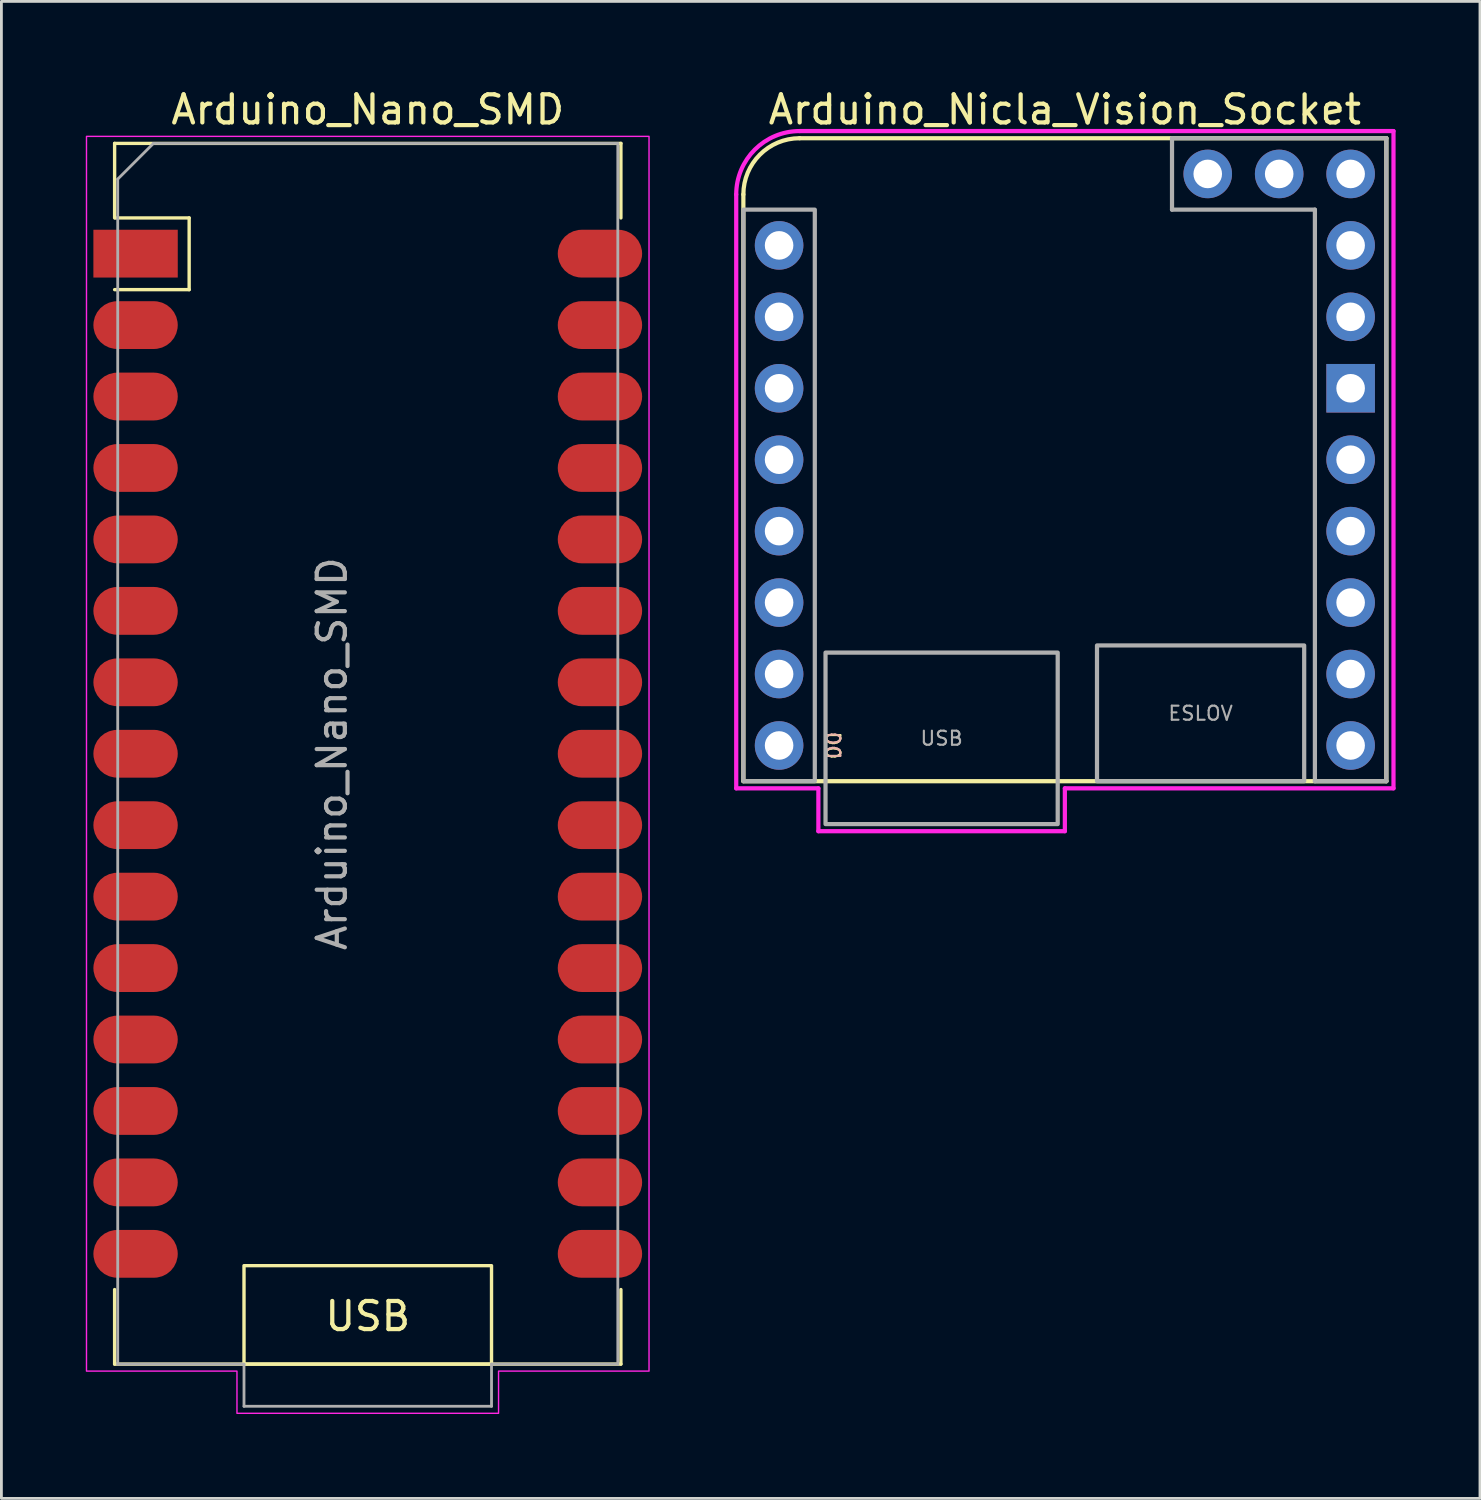
<source format=kicad_pcb>
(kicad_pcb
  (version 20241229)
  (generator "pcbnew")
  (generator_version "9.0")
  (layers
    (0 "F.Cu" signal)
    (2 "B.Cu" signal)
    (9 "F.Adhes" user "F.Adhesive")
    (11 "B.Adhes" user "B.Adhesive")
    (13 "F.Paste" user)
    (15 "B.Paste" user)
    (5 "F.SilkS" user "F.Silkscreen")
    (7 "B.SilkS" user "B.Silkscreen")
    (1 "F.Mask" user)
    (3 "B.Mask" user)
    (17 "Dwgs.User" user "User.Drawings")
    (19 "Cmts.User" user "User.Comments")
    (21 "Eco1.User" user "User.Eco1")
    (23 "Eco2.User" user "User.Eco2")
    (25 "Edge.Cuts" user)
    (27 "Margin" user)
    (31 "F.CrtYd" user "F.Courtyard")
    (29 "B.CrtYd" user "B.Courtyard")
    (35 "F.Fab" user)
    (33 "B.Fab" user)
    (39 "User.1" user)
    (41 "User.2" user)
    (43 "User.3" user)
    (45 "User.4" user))
  (footprint "Arduino_Nicla_Vision_Socket"
    (layer "F.Cu")
    (at 23.379 1.864)
    (property "Reference" "Arduino_Nicla_Vision_Socket" (at 11.43 -1.016 0) (unlocked yes) (layer "F.SilkS") (effects (font (size 1 1) (thickness 0.15))))
    (attr through_hole)
    (fp_line (start 0 22.86) (end 0 2) (stroke (width 0.15) (type solid)) (layer "F.SilkS"))
    (fp_line (start 0 22.86) (end 22.86 22.86) (stroke (width 0.15) (type solid)) (layer "F.SilkS"))
    (fp_line (start 2 0) (end 22.86 0) (stroke (width 0.15) (type solid)) (layer "F.SilkS"))
    (fp_line (start 22.86 0) (end 22.86 22.86) (stroke (width 0.15) (type solid)) (layer "F.SilkS"))
    (fp_arc (start 0 2) (mid 0.585786 0.585786) (end 2 0) (stroke (width 0.15) (type solid)) (layer "F.SilkS"))
    (fp_line (start -0.254 2) (end -0.254 23.114) (stroke (width 0.15) (type solid)) (layer "F.CrtYd"))
    (fp_line (start -0.254 23.114) (end 2.667 23.114) (stroke (width 0.15) (type solid)) (layer "F.CrtYd"))
    (fp_line (start 2.667 23.114) (end 2.667 24.638) (stroke (width 0.15) (type solid)) (layer "F.CrtYd"))
    (fp_line (start 2.667 24.638) (end 11.43 24.638) (stroke (width 0.15) (type solid)) (layer "F.CrtYd"))
    (fp_line (start 11.43 23.114) (end 11.43 24.638) (stroke (width 0.15) (type solid)) (layer "F.CrtYd"))
    (fp_line (start 11.43 23.114) (end 23.114 23.114) (stroke (width 0.15) (type solid)) (layer "F.CrtYd"))
    (fp_line (start 23.114 -0.254) (end 2 -0.254) (stroke (width 0.15) (type solid)) (layer "F.CrtYd"))
    (fp_line (start 23.114 -0.254) (end 23.114 23.114) (stroke (width 0.15) (type solid)) (layer "F.CrtYd"))
    (fp_arc (start -0.254 2) (mid 0.406181 0.406181) (end 2 -0.254) (stroke (width 0.15) (type solid)) (layer "F.CrtYd"))
    (fp_line (start 15.24 0) (end 15.24 2.54) (stroke (width 0.15) (type solid)) (layer "F.Fab"))
    (fp_line (start 15.24 2.54) (end 20.32 2.54) (stroke (width 0.15) (type solid)) (layer "F.Fab"))
    (fp_line (start 20.32 2.54) (end 20.32 22.86) (stroke (width 0.15) (type solid)) (layer "F.Fab"))
    (fp_line (start 20.32 22.86) (end 22.86 22.86) (stroke (width 0.15) (type solid)) (layer "F.Fab"))
    (fp_line (start 22.86 0) (end 15.24 0) (stroke (width 0.15) (type solid)) (layer "F.Fab"))
    (fp_line (start 22.86 22.86) (end 22.86 0) (stroke (width 0.15) (type solid)) (layer "F.Fab"))
    (fp_rect (start 0 2.54) (end 2.54 22.86) (stroke (width 0.15) (type solid)) (fill no) (layer "F.Fab"))
    (fp_rect (start 2.921 18.288) (end 11.176 24.385) (stroke (width 0.15) (type solid)) (fill no) (layer "F.Fab"))
    (fp_rect (start 12.573 18.034) (end 19.939 22.86) (stroke (width 0.15) (type solid)) (fill no) (layer "F.Fab"))
    (fp_text user "D0" (at 3.175 21.59 270) (unlocked yes) (layer "F.SilkS") (effects (font (size 0.5 0.5) (thickness 0.075))))
    (fp_text user "D0" (at 3.175 21.59 270) (unlocked yes) (layer "B.SilkS") (effects (font (size 0.5 0.5) (thickness 0.075)) (justify mirror)))
    (fp_text user "USB" (at 7.048 21.336 0) (layer "F.Fab") (effects (font (size 0.5 0.5) (thickness 0.075))))
    (fp_text user "ESLOV" (at 16.256 20.447 0) (layer "F.Fab") (effects (font (size 0.5 0.5) (thickness 0.075))))
    (pad "" thru_hole circle (at 21.59 3.81) (size 1.727 1.727) (drill 1.016) (layers "*.Cu" "*.Mask"))
    (pad "A0" thru_hole circle (at 1.27 3.81) (size 1.727 1.727) (drill 1.016) (layers "*.Cu" "*.Mask"))
    (pad "A1" thru_hole circle (at 1.27 6.35) (size 1.727 1.727) (drill 1.016) (layers "*.Cu" "*.Mask"))
    (pad "A2" thru_hole circle (at 1.27 19.05) (size 1.727 1.727) (drill 1.016) (layers "*.Cu" "*.Mask"))
    (pad "D0" thru_hole circle (at 1.27 21.59) (size 1.727 1.727) (drill 1.016) (layers "*.Cu" "*.Mask"))
    (pad "D1" thru_hole circle (at 21.59 16.51) (size 1.727 1.727) (drill 1.016) (layers "*.Cu" "*.Mask"))
    (pad "D2" thru_hole circle (at 21.59 13.97) (size 1.727 1.727) (drill 1.016) (layers "*.Cu" "*.Mask"))
    (pad "D3" thru_hole circle (at 21.59 11.43) (size 1.727 1.727) (drill 1.016) (layers "*.Cu" "*.Mask"))
    (pad "D7" thru_hole circle (at 1.27 16.51) (size 1.727 1.727) (drill 1.016) (layers "*.Cu" "*.Mask"))
    (pad "D8" thru_hole circle (at 1.27 13.97) (size 1.727 1.727) (drill 1.016) (layers "*.Cu" "*.Mask"))
    (pad "D9" thru_hole circle (at 1.27 8.89) (size 1.727 1.727) (drill 1.016) (layers "*.Cu" "*.Mask"))
    (pad "D10" thru_hole circle (at 1.27 11.43) (size 1.727 1.727) (drill 1.016) (layers "*.Cu" "*.Mask"))
    (pad "D11" thru_hole circle (at 21.59 21.59) (size 1.727 1.727) (drill 1.016) (layers "*.Cu" "*.Mask"))
    (pad "D12" thru_hole circle (at 21.59 19.05) (size 1.727 1.727) (drill 1.016) (layers "*.Cu" "*.Mask"))
    (pad "GND" thru_hole rect (at 21.59 8.89) (size 1.727 1.727) (drill 1.016) (layers "*.Cu" "*.Mask"))
    (pad "NTC" thru_hole circle (at 19.05 1.27) (size 1.727 1.727) (drill 1.016) (layers "*.Cu" "*.Mask"))
    (pad "VBAT" thru_hole circle (at 16.51 1.27) (size 1.727 1.727) (drill 1.016) (layers "*.Cu" "*.Mask"))
    (pad "VDIO" thru_hole circle (at 21.59 6.35) (size 1.727 1.727) (drill 1.016) (layers "*.Cu" "*.Mask"))
    (pad "VIN" thru_hole circle (at 21.59 1.27) (size 1.727 1.727) (drill 1.016) (layers "*.Cu" "*.Mask")))
  (footprint "Arduino_Nano_SMD"
    (layer "F.Cu")
    (at 10.025 23.748)
    (property "Reference" "Arduino_Nano_SMD" (at 0 -22.9 0) (layer "F.SilkS") (effects (font (size 1 1) (thickness 0.15))))
    (attr smd)
    (fp_line (start -9 -21.7) (end -9 -19.05) (stroke (width 0.12) (type solid)) (layer "F.SilkS"))
    (fp_line (start -9 -21.7) (end 9 -21.7) (stroke (width 0.12) (type solid)) (layer "F.SilkS"))
    (fp_line (start -9 19.05) (end -9 21.7) (stroke (width 0.12) (type solid)) (layer "F.SilkS"))
    (fp_line (start -9 21.7) (end 9 21.7) (stroke (width 0.12) (type solid)) (layer "F.SilkS"))
    (fp_line (start -6.35 -19.05) (end -8.975 -19.05) (stroke (width 0.12) (type solid)) (layer "F.SilkS"))
    (fp_line (start -6.35 -19.05) (end -6.35 -16.5) (stroke (width 0.12) (type solid)) (layer "F.SilkS"))
    (fp_line (start -6.35 -16.5) (end -9 -16.5) (stroke (width 0.12) (type solid)) (layer "F.SilkS"))
    (fp_line (start 9 -21.7) (end 9 -19.05) (stroke (width 0.12) (type solid)) (layer "F.SilkS"))
    (fp_line (start 9 19.05) (end 9 21.7) (stroke (width 0.12) (type solid)) (layer "F.SilkS"))
    (fp_poly (pts (xy -4.4 21.7) (xy -4.4 18.2) (xy 4.4 18.2) (xy 4.4 21.7)) (stroke (width 0.12) (type solid)) (fill no) (layer "F.SilkS"))
    (fp_poly (pts (xy -10 -21.95) (xy 10 -21.95) (xy 10 21.95) (xy 4.65 21.95) (xy 4.65 23.45) (xy -4.65 23.45) (xy -4.65 21.95) (xy -10 21.95)) (stroke (width 0.05) (type solid)) (fill no) (layer "F.CrtYd"))
    (fp_line (start -8.89 21.7) (end -8.89 -20.43) (stroke (width 0.1) (type solid)) (layer "F.Fab"))
    (fp_line (start -7.62 -21.7) (end -8.89 -20.43) (stroke (width 0.1) (type solid)) (layer "F.Fab"))
    (fp_line (start -4.4 21.7) (end -8.89 21.7) (stroke (width 0.1) (type solid)) (layer "F.Fab"))
    (fp_line (start -4.4 23.2) (end -4.4 21.7) (stroke (width 0.1) (type solid)) (layer "F.Fab"))
    (fp_line (start 4.4 21.7) (end 4.4 23.2) (stroke (width 0.1) (type solid)) (layer "F.Fab"))
    (fp_line (start 4.4 23.2) (end -4.4 23.2) (stroke (width 0.1) (type solid)) (layer "F.Fab"))
    (fp_line (start 8.89 -21.7) (end -7.62 -21.7) (stroke (width 0.1) (type solid)) (layer "F.Fab"))
    (fp_line (start 8.89 -21.7) (end 8.89 21.7) (stroke (width 0.1) (type solid)) (layer "F.Fab"))
    (fp_line (start 8.89 21.7) (end 4.4 21.7) (stroke (width 0.1) (type solid)) (layer "F.Fab"))
    (fp_text user "USB" (at 0 20 0) (unlocked yes) (layer "F.SilkS") (effects (font (size 1 1) (thickness 0.15))))
    (fp_text user "${REFERENCE}" (at -1.27 0 90) (layer "F.Fab") (effects (font (size 1 1) (thickness 0.15))))
    (pad "1" smd rect (at -8.255 -17.78) (size 3 1.7) (layers "F.Cu" "F.Mask" "F.Paste"))
    (pad "2" smd roundrect (at -8.255 -15.24) (size 3 1.7) (layers "F.Cu" "F.Mask" "F.Paste") (roundrect_rratio 0.5))
    (pad "3" smd roundrect (at -8.255 -12.7) (size 3 1.7) (layers "F.Cu" "F.Mask" "F.Paste") (roundrect_rratio 0.5))
    (pad "4" smd roundrect (at -8.255 -10.16) (size 3 1.7) (layers "F.Cu" "F.Mask" "F.Paste") (roundrect_rratio 0.5))
    (pad "5" smd roundrect (at -8.255 -7.62) (size 3 1.7) (layers "F.Cu" "F.Mask" "F.Paste") (roundrect_rratio 0.5))
    (pad "6" smd roundrect (at -8.255 -5.08) (size 3 1.7) (layers "F.Cu" "F.Mask" "F.Paste") (roundrect_rratio 0.5))
    (pad "7" smd roundrect (at -8.255 -2.54) (size 3 1.7) (layers "F.Cu" "F.Mask" "F.Paste") (roundrect_rratio 0.5))
    (pad "8" smd roundrect (at -8.255 0) (size 3 1.7) (layers "F.Cu" "F.Mask" "F.Paste") (roundrect_rratio 0.5))
    (pad "9" smd roundrect (at -8.255 2.54) (size 3 1.7) (layers "F.Cu" "F.Mask" "F.Paste") (roundrect_rratio 0.5))
    (pad "10" smd roundrect (at -8.255 5.08) (size 3 1.7) (layers "F.Cu" "F.Mask" "F.Paste") (roundrect_rratio 0.5))
    (pad "11" smd roundrect (at -8.255 7.62) (size 3 1.7) (layers "F.Cu" "F.Mask" "F.Paste") (roundrect_rratio 0.5))
    (pad "12" smd roundrect (at -8.255 10.16) (size 3 1.7) (layers "F.Cu" "F.Mask" "F.Paste") (roundrect_rratio 0.5))
    (pad "13" smd roundrect (at -8.255 12.7) (size 3 1.7) (layers "F.Cu" "F.Mask" "F.Paste") (roundrect_rratio 0.5))
    (pad "14" smd roundrect (at -8.255 15.24) (size 3 1.7) (layers "F.Cu" "F.Mask" "F.Paste") (roundrect_rratio 0.5))
    (pad "15" smd roundrect (at -8.255 17.78) (size 3 1.7) (layers "F.Cu" "F.Mask" "F.Paste") (roundrect_rratio 0.5))
    (pad "16" smd roundrect (at 8.255 17.78) (size 3 1.7) (layers "F.Cu" "F.Mask" "F.Paste") (roundrect_rratio 0.5))
    (pad "17" smd roundrect (at 8.255 15.24) (size 3 1.7) (layers "F.Cu" "F.Mask" "F.Paste") (roundrect_rratio 0.5))
    (pad "18" smd roundrect (at 8.255 12.7) (size 3 1.7) (layers "F.Cu" "F.Mask" "F.Paste") (roundrect_rratio 0.5))
    (pad "19" smd roundrect (at 8.255 10.16) (size 3 1.7) (layers "F.Cu" "F.Mask" "F.Paste") (roundrect_rratio 0.5))
    (pad "20" smd roundrect (at 8.255 7.62) (size 3 1.7) (layers "F.Cu" "F.Mask" "F.Paste") (roundrect_rratio 0.5))
    (pad "21" smd roundrect (at 8.255 5.08) (size 3 1.7) (layers "F.Cu" "F.Mask" "F.Paste") (roundrect_rratio 0.5))
    (pad "22" smd roundrect (at 8.255 2.54) (size 3 1.7) (layers "F.Cu" "F.Mask" "F.Paste") (roundrect_rratio 0.5))
    (pad "23" smd roundrect (at 8.255 0) (size 3 1.7) (layers "F.Cu" "F.Mask" "F.Paste") (roundrect_rratio 0.5))
    (pad "24" smd roundrect (at 8.255 -2.54) (size 3 1.7) (layers "F.Cu" "F.Mask" "F.Paste") (roundrect_rratio 0.5))
    (pad "25" smd roundrect (at 8.255 -5.08) (size 3 1.7) (layers "F.Cu" "F.Mask" "F.Paste") (roundrect_rratio 0.5))
    (pad "26" smd roundrect (at 8.255 -7.62) (size 3 1.7) (layers "F.Cu" "F.Mask" "F.Paste") (roundrect_rratio 0.5))
    (pad "27" smd roundrect (at 8.255 -10.16) (size 3 1.7) (layers "F.Cu" "F.Mask" "F.Paste") (roundrect_rratio 0.5))
    (pad "28" smd roundrect (at 8.255 -12.7) (size 3 1.7) (layers "F.Cu" "F.Mask" "F.Paste") (roundrect_rratio 0.5))
    (pad "29" smd roundrect (at 8.255 -15.24) (size 3 1.7) (layers "F.Cu" "F.Mask" "F.Paste") (roundrect_rratio 0.5))
    (pad "30" smd roundrect (at 8.255 -17.78) (size 3 1.7) (layers "F.Cu" "F.Mask" "F.Paste") (roundrect_rratio 0.5)))
  (gr_rect
    (start -3 -3)
    (end 49.568 50.223)
    (stroke (width 0.1) (type default))
    (fill no)
    (layer "Edge.Cuts")))
</source>
